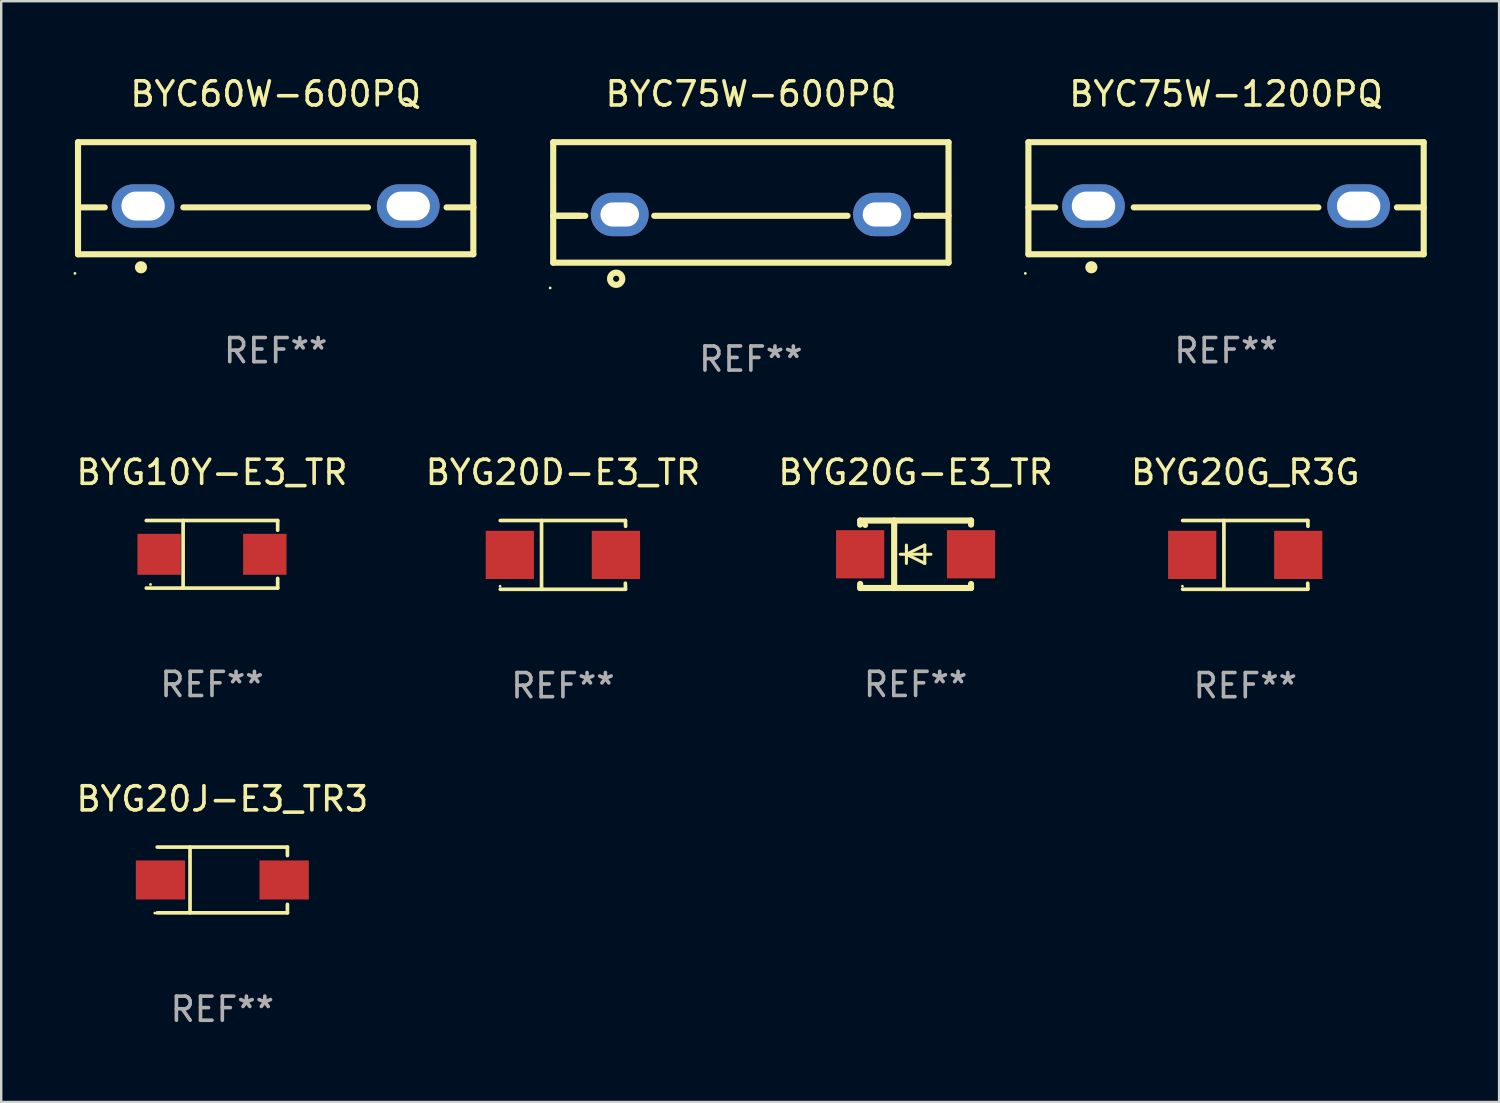
<source format=kicad_pcb>
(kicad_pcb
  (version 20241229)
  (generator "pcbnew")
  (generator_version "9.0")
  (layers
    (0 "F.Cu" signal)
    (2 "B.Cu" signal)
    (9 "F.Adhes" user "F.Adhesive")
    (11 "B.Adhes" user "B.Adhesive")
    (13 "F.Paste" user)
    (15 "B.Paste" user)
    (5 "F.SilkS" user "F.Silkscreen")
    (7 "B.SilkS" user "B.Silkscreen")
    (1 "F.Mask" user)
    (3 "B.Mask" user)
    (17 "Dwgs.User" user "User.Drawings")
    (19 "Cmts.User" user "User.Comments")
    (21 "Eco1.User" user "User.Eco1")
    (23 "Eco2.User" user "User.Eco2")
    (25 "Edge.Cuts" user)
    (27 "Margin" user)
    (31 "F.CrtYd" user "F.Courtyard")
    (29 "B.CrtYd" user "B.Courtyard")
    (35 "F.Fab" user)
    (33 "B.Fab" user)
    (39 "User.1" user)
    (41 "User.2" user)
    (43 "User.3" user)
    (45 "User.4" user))
  (footprint "BYG20G_R3G"
    (layer "F.Cu")
    (at 48.613 19.971)
    (property "Reference" "BYG20G_R3G" (at 0 -3.426 0) (layer "F.SilkS") (effects (font (size 1 1) (thickness 0.15))))
    (attr through_hole)
    (fp_line (start -2.6 -1.426) (end 2.593 -1.426) (stroke (width 0.152) (type solid)) (layer "F.SilkS"))
    (fp_line (start -2.6 1.426) (end 2.593 1.426) (stroke (width 0.152) (type solid)) (layer "F.SilkS"))
    (fp_line (start -0.887 -1.426) (end -0.887 1.426) (stroke (width 0.152) (type solid)) (layer "F.SilkS"))
    (fp_line (start 2.59 1.176) (end 2.597 1.415) (stroke (width 0.152) (type solid)) (layer "F.SilkS"))
    (fp_line (start 2.593 -1.426) (end 2.6 -1.187) (stroke (width 0.152) (type solid)) (layer "F.SilkS"))
    (fp_circle (center -2.608 1.3) (end -2.578 1.3) (stroke (width 0.06) (type solid)) (fill no) (layer "F.SilkS"))
    (fp_text user "REF**" (at 0 5.426 0) (layer "F.Fab") (effects (font (size 1 1) (thickness 0.15))))
    (pad "1" smd rect (at -2.203 0 180) (size 2 2) (layers "F.Cu" "F.Mask" "F.Paste"))
    (pad "2" smd rect (at 2.197 0 180) (size 2 2) (layers "F.Cu" "F.Mask" "F.Paste")))
  (footprint "BYG10Y-E3_TR"
    (layer "F.Cu")
    (at 5.744 19.946)
    (property "Reference" "BYG10Y-E3_TR" (at 0 -3.401 0) (layer "F.SilkS") (effects (font (size 1 1) (thickness 0.15))))
    (attr through_hole)
    (fp_line (start -2.726 -1.401) (end 2.726 -1.401) (stroke (width 0.152) (type solid)) (layer "F.SilkS"))
    (fp_line (start -2.726 1.401) (end 2.726 1.401) (stroke (width 0.152) (type solid)) (layer "F.SilkS"))
    (fp_line (start -1.197 -1.401) (end -1.197 1.401) (stroke (width 0.152) (type solid)) (layer "F.SilkS"))
    (fp_line (start 2.726 -1.401) (end 2.726 -1) (stroke (width 0.152) (type solid)) (layer "F.SilkS"))
    (fp_line (start 2.726 1.401) (end 2.726 1) (stroke (width 0.152) (type solid)) (layer "F.SilkS"))
    (fp_circle (center -2.55 1.25) (end -2.52 1.25) (stroke (width 0.06) (type solid)) (fill no) (layer "F.SilkS"))
    (fp_text user "REF**" (at 0 5.401 0) (layer "F.Fab") (effects (font (size 1 1) (thickness 0.15))))
    (pad "1" smd rect (at -2.192 0) (size 1.8 1.7) (layers "F.Cu" "F.Mask" "F.Paste"))
    (pad "2" smd rect (at 2.192 0) (size 1.8 1.7) (layers "F.Cu" "F.Mask" "F.Paste")))
  (footprint "BYG20G-E3_TR"
    (layer "F.Cu")
    (at 34.935 19.945)
    (property "Reference" "BYG20G-E3_TR" (at 0 -3.4 0) (layer "F.SilkS") (effects (font (size 1 1) (thickness 0.15))))
    (attr through_hole)
    (fp_line (start -2.3 -1.4) (end -2.3 -1.231) (stroke (width 0.254) (type solid)) (layer "F.SilkS"))
    (fp_line (start -2.3 -1.4) (end 2.3 -1.4) (stroke (width 0.254) (type solid)) (layer "F.SilkS"))
    (fp_line (start -2.3 1.231) (end -2.3 1.4) (stroke (width 0.254) (type solid)) (layer "F.SilkS"))
    (fp_line (start -2.3 1.4) (end 2.3 1.4) (stroke (width 0.254) (type solid)) (layer "F.SilkS"))
    (fp_line (start -0.889 1.4) (end -0.889 -1.4) (stroke (width 0.254) (type solid)) (layer "F.SilkS"))
    (fp_line (start -0.381 0) (end -0.381 -0.381) (stroke (width 0.127) (type solid)) (layer "F.SilkS"))
    (fp_line (start -0.381 0) (end -0.381 0.381) (stroke (width 0.127) (type solid)) (layer "F.SilkS"))
    (fp_line (start 0.381 -0.381) (end -0.381 0) (stroke (width 0.127) (type solid)) (layer "F.SilkS"))
    (fp_line (start 0.381 0) (end 0.381 -0.381) (stroke (width 0.127) (type solid)) (layer "F.SilkS"))
    (fp_line (start 0.381 0) (end 0.381 0.381) (stroke (width 0.127) (type solid)) (layer "F.SilkS"))
    (fp_line (start 0.381 0.381) (end -0.381 0) (stroke (width 0.127) (type solid)) (layer "F.SilkS"))
    (fp_line (start 0.635 0) (end -0.635 0) (stroke (width 0.127) (type solid)) (layer "F.SilkS"))
    (fp_line (start 2.3 -1.4) (end 2.3 -1.231) (stroke (width 0.254) (type solid)) (layer "F.SilkS"))
    (fp_line (start 2.3 1.231) (end 2.3 1.4) (stroke (width 0.254) (type solid)) (layer "F.SilkS"))
    (fp_circle (center -2.088 -1.208) (end -2.028 -1.208) (stroke (width 0.12) (type solid)) (fill no) (layer "F.SilkS"))
    (fp_text user "REF**" (at 0 5.4 0) (layer "F.Fab") (effects (font (size 1 1) (thickness 0.15))))
    (pad "1" smd rect (at -2.3 0 180) (size 2 2) (layers "F.Cu" "F.Mask" "F.Paste"))
    (pad "2" smd rect (at 2.3 0 180) (size 2 2) (layers "F.Cu" "F.Mask" "F.Paste")))
  (footprint "BYC60W-600PQ"
    (layer "F.Cu")
    (at 8.387 5.173)
    (property "Reference" "BYC60W-600PQ" (at 0 -4.325 0) (layer "F.SilkS") (effects (font (size 1 1) (thickness 0.15))))
    (attr through_hole)
    (fp_line (start -8.2 -2.325) (end -8.2 2.325) (stroke (width 0.254) (type solid)) (layer "F.SilkS"))
    (fp_line (start -8.2 -2.325) (end 8.2 -2.325) (stroke (width 0.254) (type solid)) (layer "F.SilkS"))
    (fp_line (start -8.2 0.38) (end -7.09 0.38) (stroke (width 0.254) (type solid)) (layer "F.SilkS"))
    (fp_line (start -8.2 2.325) (end 8.2 2.325) (stroke (width 0.254) (type solid)) (layer "F.SilkS"))
    (fp_line (start -3.83 0.38) (end 3.83 0.38) (stroke (width 0.254) (type solid)) (layer "F.SilkS"))
    (fp_line (start 7.09 0.38) (end 8.2 0.38) (stroke (width 0.254) (type solid)) (layer "F.SilkS"))
    (fp_line (start 8.2 -2.325) (end 8.2 2.325) (stroke (width 0.254) (type solid)) (layer "F.SilkS"))
    (fp_circle (center -8.327 3.119) (end -8.297 3.119) (stroke (width 0.06) (type solid)) (fill no) (layer "F.SilkS"))
    (fp_circle (center -5.588 2.865) (end -5.461 2.865) (stroke (width 0.254) (type solid)) (fill no) (layer "F.SilkS"))
    (fp_text user "REF**" (at 0 6.325 0) (layer "F.Fab") (effects (font (size 1 1) (thickness 0.15))))
    (pad "1" thru_hole oval (at -5.5 0.325) (size 2.6 1.8) (drill oval 1.8 1.2) (layers "*.Cu" "*.Mask"))
    (pad "3" thru_hole oval (at 5.5 0.325) (size 2.6 1.8) (drill oval 1.8 1.2) (layers "*.Cu" "*.Mask")))
  (footprint "BYC75W-600PQ"
    (layer "F.Cu")
    (at 28.101 5.348)
    (property "Reference" "BYC75W-600PQ" (at 0 -4.5 0) (layer "F.SilkS") (effects (font (size 1 1) (thickness 0.15))))
    (attr through_hole)
    (fp_line (start -8.2 -2.5) (end -8.2 2.5) (stroke (width 0.254) (type solid)) (layer "F.SilkS"))
    (fp_line (start -8.2 -2.5) (end 8.2 -2.5) (stroke (width 0.254) (type solid)) (layer "F.SilkS"))
    (fp_line (start -8.2 0.555) (end -7.09 0.555) (stroke (width 0.254) (type solid)) (layer "F.SilkS"))
    (fp_line (start -8.2 2.5) (end 8.2 2.5) (stroke (width 0.254) (type solid)) (layer "F.SilkS"))
    (fp_line (start -6.87 0.555) (end -8.2 0.555) (stroke (width 0.254) (type solid)) (layer "F.SilkS"))
    (fp_line (start 4.01 0.555) (end -4.01 0.555) (stroke (width 0.254) (type solid)) (layer "F.SilkS"))
    (fp_line (start 7.09 0.555) (end 6.87 0.555) (stroke (width 0.254) (type solid)) (layer "F.SilkS"))
    (fp_line (start 7.09 0.555) (end 8.2 0.555) (stroke (width 0.254) (type solid)) (layer "F.SilkS"))
    (fp_line (start 8.2 -2.5) (end 8.2 2.5) (stroke (width 0.254) (type solid)) (layer "F.SilkS"))
    (fp_circle (center -8.327 3.548) (end -8.297 3.548) (stroke (width 0.06) (type solid)) (fill no) (layer "F.SilkS"))
    (fp_circle (center -5.588 3.167) (end -5.334 3.167) (stroke (width 0.254) (type solid)) (fill no) (layer "F.SilkS"))
    (fp_text user "REF**" (at 0 6.5 0) (layer "F.Fab") (effects (font (size 1 1) (thickness 0.15))))
    (pad "1" thru_hole oval (at -5.44 0.5) (size 2.4 1.8) (drill oval 1.6 1) (layers "*.Cu" "*.Mask"))
    (pad "2" thru_hole oval (at 5.44 0.5) (size 2.4 1.8) (drill oval 1.6 1) (layers "*.Cu" "*.Mask")))
  (footprint "BYG20D-E3_TR"
    (layer "F.Cu")
    (at 20.304 19.971)
    (property "Reference" "BYG20D-E3_TR" (at 0 -3.426 0) (layer "F.SilkS") (effects (font (size 1 1) (thickness 0.15))))
    (attr through_hole)
    (fp_line (start -2.6 -1.426) (end 2.593 -1.426) (stroke (width 0.152) (type solid)) (layer "F.SilkS"))
    (fp_line (start -2.6 1.426) (end 2.593 1.426) (stroke (width 0.152) (type solid)) (layer "F.SilkS"))
    (fp_line (start -0.887 -1.426) (end -0.887 1.426) (stroke (width 0.152) (type solid)) (layer "F.SilkS"))
    (fp_line (start 2.59 1.176) (end 2.597 1.415) (stroke (width 0.152) (type solid)) (layer "F.SilkS"))
    (fp_line (start 2.593 -1.426) (end 2.6 -1.187) (stroke (width 0.152) (type solid)) (layer "F.SilkS"))
    (fp_circle (center -2.608 1.3) (end -2.578 1.3) (stroke (width 0.06) (type solid)) (fill no) (layer "F.SilkS"))
    (fp_text user "REF**" (at 0 5.426 0) (layer "F.Fab") (effects (font (size 1 1) (thickness 0.15))))
    (pad "1" smd rect (at -2.203 0 180) (size 2 2) (layers "F.Cu" "F.Mask" "F.Paste"))
    (pad "2" smd rect (at 2.197 0 180) (size 2 2) (layers "F.Cu" "F.Mask" "F.Paste")))
  (footprint "BYG20J-E3_TR3"
    (layer "F.Cu")
    (at 6.173 33.457)
    (property "Reference" "BYG20J-E3_TR3" (at 0 -3.364 0) (layer "F.SilkS") (effects (font (size 1 1) (thickness 0.15))))
    (attr through_hole)
    (fp_line (start -2.701 -1.364) (end 2.701 -1.364) (stroke (width 0.152) (type solid)) (layer "F.SilkS"))
    (fp_line (start -2.701 1.364) (end 2.701 1.364) (stroke (width 0.152) (type solid)) (layer "F.SilkS"))
    (fp_line (start -1.339 -1.364) (end -1.339 1.364) (stroke (width 0.152) (type solid)) (layer "F.SilkS"))
    (fp_line (start 2.701 -1.364) (end 2.701 -1.013) (stroke (width 0.152) (type solid)) (layer "F.SilkS"))
    (fp_line (start 2.701 1.364) (end 2.701 1.013) (stroke (width 0.152) (type solid)) (layer "F.SilkS"))
    (fp_circle (center -2.8 1.375) (end -2.77 1.375) (stroke (width 0.06) (type solid)) (fill no) (layer "F.SilkS"))
    (fp_text user "REF**" (at 0 5.364 0) (layer "F.Fab") (effects (font (size 1 1) (thickness 0.15))))
    (pad "1" smd rect (at -2.565 -0.000025) (size 2.046 1.62) (layers "F.Cu" "F.Mask" "F.Paste"))
    (pad "2" smd rect (at 2.565 -0.000025) (size 2.046 1.62) (layers "F.Cu" "F.Mask" "F.Paste")))
  (footprint "BYC75W-1200PQ"
    (layer "F.Cu")
    (at 47.815 5.173)
    (property "Reference" "BYC75W-1200PQ" (at 0 -4.325 0) (layer "F.SilkS") (effects (font (size 1 1) (thickness 0.15))))
    (attr through_hole)
    (fp_line (start -8.2 -2.325) (end -8.2 2.325) (stroke (width 0.254) (type solid)) (layer "F.SilkS"))
    (fp_line (start -8.2 -2.325) (end 8.2 -2.325) (stroke (width 0.254) (type solid)) (layer "F.SilkS"))
    (fp_line (start -8.2 0.38) (end -7.09 0.38) (stroke (width 0.254) (type solid)) (layer "F.SilkS"))
    (fp_line (start -8.2 2.325) (end 8.2 2.325) (stroke (width 0.254) (type solid)) (layer "F.SilkS"))
    (fp_line (start -3.83 0.38) (end 3.83 0.38) (stroke (width 0.254) (type solid)) (layer "F.SilkS"))
    (fp_line (start 7.09 0.38) (end 8.2 0.38) (stroke (width 0.254) (type solid)) (layer "F.SilkS"))
    (fp_line (start 8.2 -2.325) (end 8.2 2.325) (stroke (width 0.254) (type solid)) (layer "F.SilkS"))
    (fp_circle (center -8.327 3.119) (end -8.297 3.119) (stroke (width 0.06) (type solid)) (fill no) (layer "F.SilkS"))
    (fp_circle (center -5.588 2.865) (end -5.461 2.865) (stroke (width 0.254) (type solid)) (fill no) (layer "F.SilkS"))
    (fp_text user "REF**" (at 0 6.325 0) (layer "F.Fab") (effects (font (size 1 1) (thickness 0.15))))
    (pad "1" thru_hole oval (at -5.5 0.325) (size 2.6 1.8) (drill oval 1.8 1.2) (layers "*.Cu" "*.Mask"))
    (pad "3" thru_hole oval (at 5.5 0.325) (size 2.6 1.8) (drill oval 1.8 1.2) (layers "*.Cu" "*.Mask")))
  (gr_rect
    (start -3 -3)
    (end 59.142 42.669)
    (stroke (width 0.1) (type default))
    (fill no)
    (layer "Edge.Cuts")))
</source>
